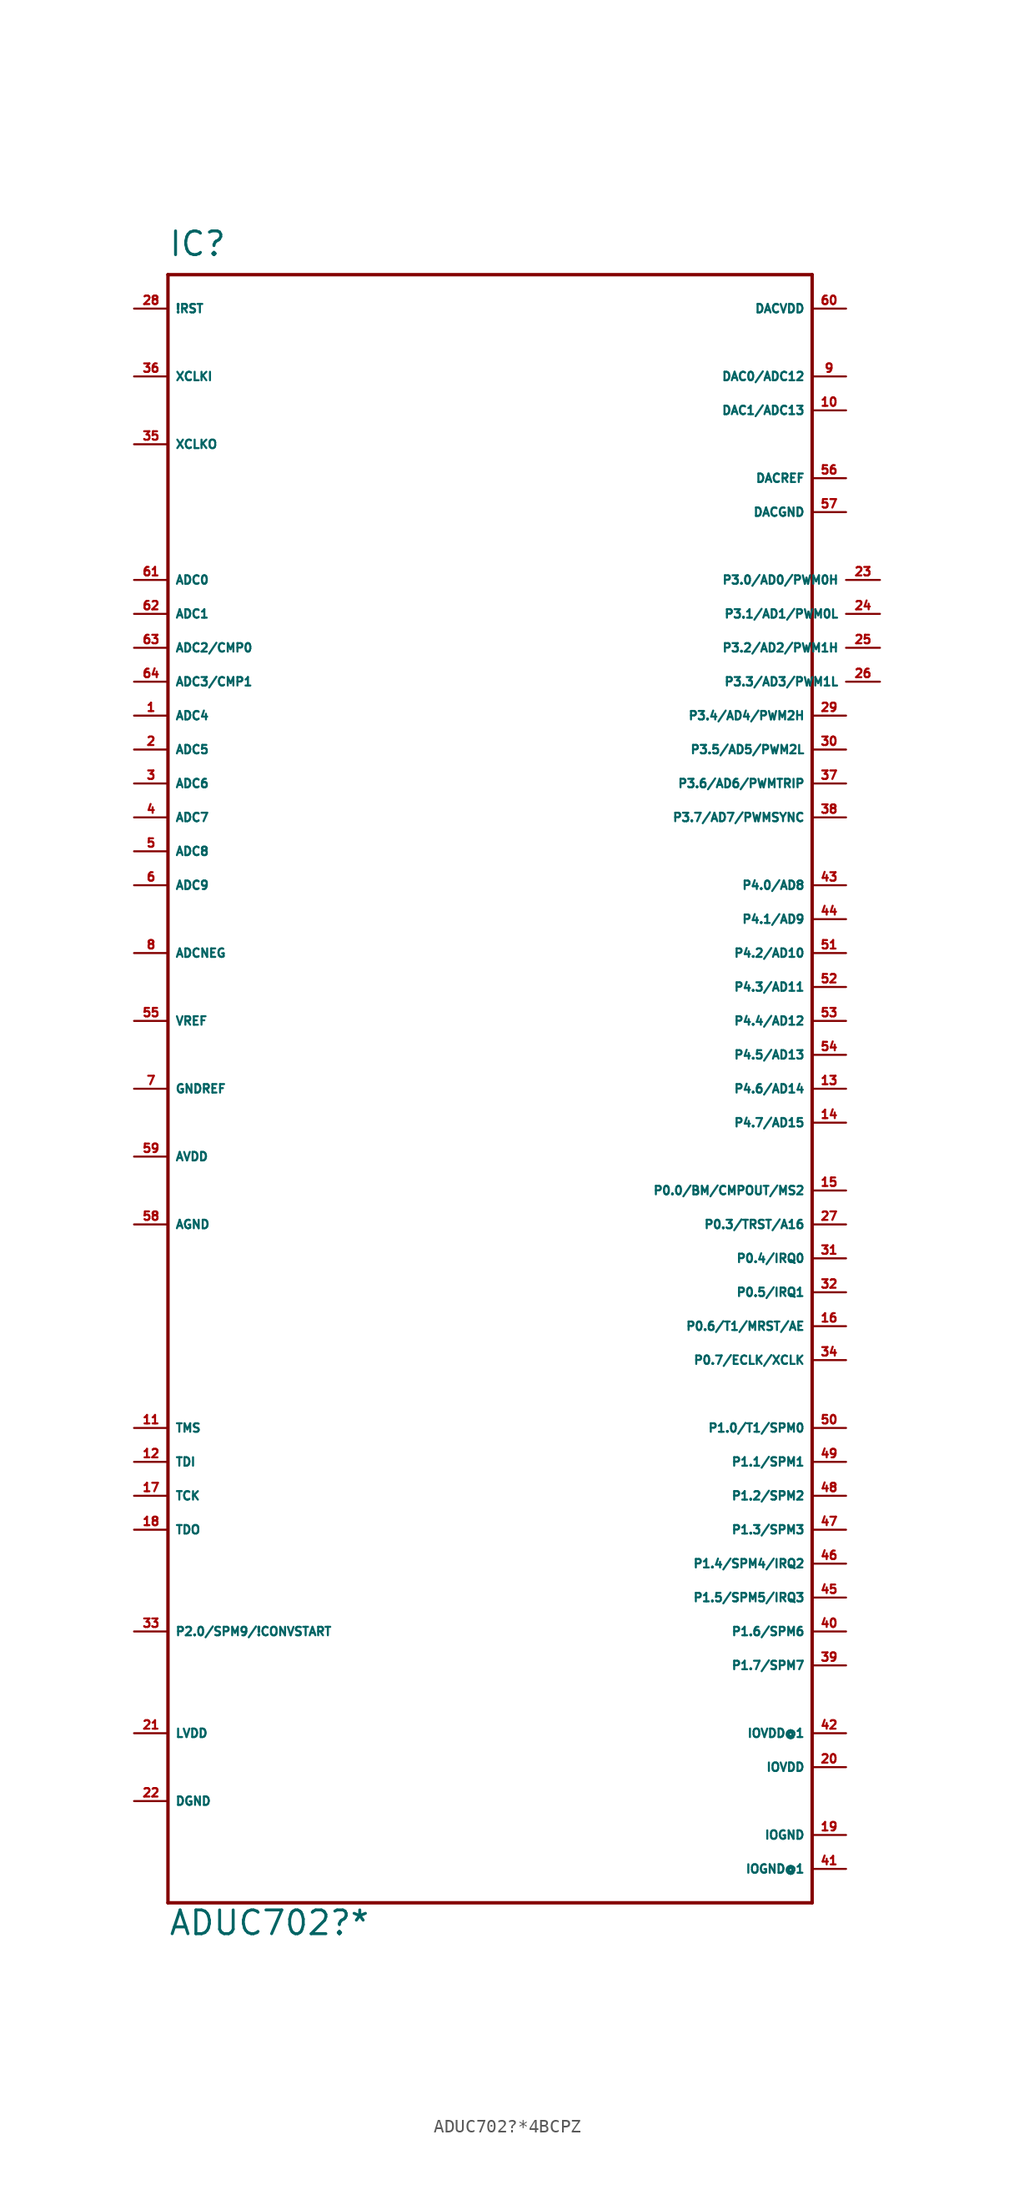
<source format=kicad_sym>
(kicad_symbol_lib
  (version 20220914)
  (generator Eagle2Kicad)
  (symbol "ADUC702?*4BCPZ"
    (property "Reference" "IC"
      (at -22.86 59.69 0)
      (effects (font (size 1.778 1.778) (thickness 0.22)) (justify left bottom)))
    (property "Value" "ADUC702?*"
      (at -22.86 -66.04 0)
      (effects (font (size 1.778 1.778) (thickness 0.22)) (justify left bottom)))
    (polyline
      (pts (xy -22.86 58.42) (xy 25.4 58.42))
      (stroke (width 0.254) (type default))
      (fill (type none)))
    (polyline
      (pts (xy 25.4 58.42) (xy 25.4 -63.5))
      (stroke (width 0.254) (type default))
      (fill (type none)))
    (polyline
      (pts (xy 25.4 -63.5) (xy -22.86 -63.5))
      (stroke (width 0.254) (type default))
      (fill (type none)))
    (polyline
      (pts (xy -22.86 -63.5) (xy -22.86 58.42))
      (stroke (width 0.254) (type default))
      (fill (type none)))
    (pin input line
      (at -25.4 35.56 0)
      (length 2.54)
      (name "ADC0" (effects (font (size 0.635 0.635) (thickness 0.08)) (justify left bottom)))
      (number "61" (effects (font (size 0.635 0.635) (thickness 0.08)) (justify left bottom))))
    (pin input line
      (at -25.4 33.02 0)
      (length 2.54)
      (name "ADC1" (effects (font (size 0.635 0.635) (thickness 0.08)) (justify left bottom)))
      (number "62" (effects (font (size 0.635 0.635) (thickness 0.08)) (justify left bottom))))
    (pin input line
      (at -25.4 30.48 0)
      (length 2.54)
      (name "ADC2/CMP0" (effects (font (size 0.635 0.635) (thickness 0.08)) (justify left bottom)))
      (number "63" (effects (font (size 0.635 0.635) (thickness 0.08)) (justify left bottom))))
    (pin input line
      (at -25.4 27.94 0)
      (length 2.54)
      (name "ADC3/CMP1" (effects (font (size 0.635 0.635) (thickness 0.08)) (justify left bottom)))
      (number "64" (effects (font (size 0.635 0.635) (thickness 0.08)) (justify left bottom))))
    (pin input line
      (at -25.4 25.4 0)
      (length 2.54)
      (name "ADC4" (effects (font (size 0.635 0.635) (thickness 0.08)) (justify left bottom)))
      (number "1" (effects (font (size 0.635 0.635) (thickness 0.08)) (justify left bottom))))
    (pin input line
      (at -25.4 22.86 0)
      (length 2.54)
      (name "ADC5" (effects (font (size 0.635 0.635) (thickness 0.08)) (justify left bottom)))
      (number "2" (effects (font (size 0.635 0.635) (thickness 0.08)) (justify left bottom))))
    (pin input line
      (at -25.4 20.32 0)
      (length 2.54)
      (name "ADC6" (effects (font (size 0.635 0.635) (thickness 0.08)) (justify left bottom)))
      (number "3" (effects (font (size 0.635 0.635) (thickness 0.08)) (justify left bottom))))
    (pin input line
      (at -25.4 17.78 0)
      (length 2.54)
      (name "ADC7" (effects (font (size 0.635 0.635) (thickness 0.08)) (justify left bottom)))
      (number "4" (effects (font (size 0.635 0.635) (thickness 0.08)) (justify left bottom))))
    (pin input line
      (at -25.4 15.24 0)
      (length 2.54)
      (name "ADC8" (effects (font (size 0.635 0.635) (thickness 0.08)) (justify left bottom)))
      (number "5" (effects (font (size 0.635 0.635) (thickness 0.08)) (justify left bottom))))
    (pin input line
      (at -25.4 12.7 0)
      (length 2.54)
      (name "ADC9" (effects (font (size 0.635 0.635) (thickness 0.08)) (justify left bottom)))
      (number "6" (effects (font (size 0.635 0.635) (thickness 0.08)) (justify left bottom))))
    (pin passive line
      (at -25.4 2.54 0)
      (length 2.54)
      (name "VREF" (effects (font (size 0.635 0.635) (thickness 0.08)) (justify left bottom)))
      (number "55" (effects (font (size 0.635 0.635) (thickness 0.08)) (justify left bottom))))
    (pin input line
      (at -25.4 55.88 0)
      (length 2.54)
      (name "!RST" (effects (font (size 0.635 0.635) (thickness 0.08)) (justify left bottom)))
      (number "28" (effects (font (size 0.635 0.635) (thickness 0.08)) (justify left bottom))))
    (pin input line
      (at -25.4 50.8 0)
      (length 2.54)
      (name "XCLKI" (effects (font (size 0.635 0.635) (thickness 0.08)) (justify left bottom)))
      (number "36" (effects (font (size 0.635 0.635) (thickness 0.08)) (justify left bottom))))
    (pin output line
      (at -25.4 45.72 0)
      (length 2.54)
      (name "XCLKO" (effects (font (size 0.635 0.635) (thickness 0.08)) (justify left bottom)))
      (number "35" (effects (font (size 0.635 0.635) (thickness 0.08)) (justify left bottom))))
    (pin input line
      (at 27.94 50.8 180)
      (length 2.54)
      (name "DAC0/ADC12" (effects (font (size 0.635 0.635) (thickness 0.08)) (justify left bottom)))
      (number "9" (effects (font (size 0.635 0.635) (thickness 0.08)) (justify left bottom))))
    (pin input line
      (at 27.94 48.26 180)
      (length 2.54)
      (name "DAC1/ADC13" (effects (font (size 0.635 0.635) (thickness 0.08)) (justify left bottom)))
      (number "10" (effects (font (size 0.635 0.635) (thickness 0.08)) (justify left bottom))))
    (pin output line
      (at 30.48 35.56 180)
      (length 2.54)
      (name "P3.0/AD0/PWM0H" (effects (font (size 0.635 0.635) (thickness 0.08)) (justify left bottom)))
      (number "23" (effects (font (size 0.635 0.635) (thickness 0.08)) (justify left bottom))))
    (pin output line
      (at 30.48 33.02 180)
      (length 2.54)
      (name "P3.1/AD1/PWM0L" (effects (font (size 0.635 0.635) (thickness 0.08)) (justify left bottom)))
      (number "24" (effects (font (size 0.635 0.635) (thickness 0.08)) (justify left bottom))))
    (pin output line
      (at 30.48 30.48 180)
      (length 2.54)
      (name "P3.2/AD2/PWM1H" (effects (font (size 0.635 0.635) (thickness 0.08)) (justify left bottom)))
      (number "25" (effects (font (size 0.635 0.635) (thickness 0.08)) (justify left bottom))))
    (pin output line
      (at 30.48 27.94 180)
      (length 2.54)
      (name "P3.3/AD3/PWM1L" (effects (font (size 0.635 0.635) (thickness 0.08)) (justify left bottom)))
      (number "26" (effects (font (size 0.635 0.635) (thickness 0.08)) (justify left bottom))))
    (pin output line
      (at 27.94 25.4 180)
      (length 2.54)
      (name "P3.4/AD4/PWM2H" (effects (font (size 0.635 0.635) (thickness 0.08)) (justify left bottom)))
      (number "29" (effects (font (size 0.635 0.635) (thickness 0.08)) (justify left bottom))))
    (pin output line
      (at 27.94 22.86 180)
      (length 2.54)
      (name "P3.5/AD5/PWM2L" (effects (font (size 0.635 0.635) (thickness 0.08)) (justify left bottom)))
      (number "30" (effects (font (size 0.635 0.635) (thickness 0.08)) (justify left bottom))))
    (pin input line
      (at -25.4 -2.54 0)
      (length 2.54)
      (name "GNDREF" (effects (font (size 0.635 0.635) (thickness 0.08)) (justify left bottom)))
      (number "7" (effects (font (size 0.635 0.635) (thickness 0.08)) (justify left bottom))))
    (pin unspecified line
      (at -25.4 -12.7 0)
      (length 2.54)
      (name "AGND" (effects (font (size 0.635 0.635) (thickness 0.08)) (justify left bottom)))
      (number "58" (effects (font (size 0.635 0.635) (thickness 0.08)) (justify left bottom))))
    (pin unspecified line
      (at -25.4 -7.62 0)
      (length 2.54)
      (name "AVDD" (effects (font (size 0.635 0.635) (thickness 0.08)) (justify left bottom)))
      (number "59" (effects (font (size 0.635 0.635) (thickness 0.08)) (justify left bottom))))
    (pin unspecified line
      (at 27.94 -58.42 180)
      (length 2.54)
      (name "IOGND" (effects (font (size 0.635 0.635) (thickness 0.08)) (justify left bottom)))
      (number "19" (effects (font (size 0.635 0.635) (thickness 0.08)) (justify left bottom))))
    (pin unspecified line
      (at 27.94 -53.34 180)
      (length 2.54)
      (name "IOVDD" (effects (font (size 0.635 0.635) (thickness 0.08)) (justify left bottom)))
      (number "20" (effects (font (size 0.635 0.635) (thickness 0.08)) (justify left bottom))))
    (pin unspecified line
      (at 27.94 -50.8 180)
      (length 2.54)
      (name "IOVDD@1" (effects (font (size 0.635 0.635) (thickness 0.08)) (justify left bottom)))
      (number "42" (effects (font (size 0.635 0.635) (thickness 0.08)) (justify left bottom))))
    (pin unspecified line
      (at 27.94 -60.96 180)
      (length 2.54)
      (name "IOGND@1" (effects (font (size 0.635 0.635) (thickness 0.08)) (justify left bottom)))
      (number "41" (effects (font (size 0.635 0.635) (thickness 0.08)) (justify left bottom))))
    (pin unspecified line
      (at -25.4 -55.88 0)
      (length 2.54)
      (name "DGND" (effects (font (size 0.635 0.635) (thickness 0.08)) (justify left bottom)))
      (number "22" (effects (font (size 0.635 0.635) (thickness 0.08)) (justify left bottom))))
    (pin output line
      (at -25.4 -50.8 0)
      (length 2.54)
      (name "LVDD" (effects (font (size 0.635 0.635) (thickness 0.08)) (justify left bottom)))
      (number "21" (effects (font (size 0.635 0.635) (thickness 0.08)) (justify left bottom))))
    (pin unspecified line
      (at 27.94 55.88 180)
      (length 2.54)
      (name "DACVDD" (effects (font (size 0.635 0.635) (thickness 0.08)) (justify left bottom)))
      (number "60" (effects (font (size 0.635 0.635) (thickness 0.08)) (justify left bottom))))
    (pin unspecified line
      (at 27.94 40.64 180)
      (length 2.54)
      (name "DACGND" (effects (font (size 0.635 0.635) (thickness 0.08)) (justify left bottom)))
      (number "57" (effects (font (size 0.635 0.635) (thickness 0.08)) (justify left bottom))))
    (pin output line
      (at 27.94 20.32 180)
      (length 2.54)
      (name "P3.6/AD6/PWMTRIP" (effects (font (size 0.635 0.635) (thickness 0.08)) (justify left bottom)))
      (number "37" (effects (font (size 0.635 0.635) (thickness 0.08)) (justify left bottom))))
    (pin output line
      (at 27.94 17.78 180)
      (length 2.54)
      (name "P3.7/AD7/PWMSYNC" (effects (font (size 0.635 0.635) (thickness 0.08)) (justify left bottom)))
      (number "38" (effects (font (size 0.635 0.635) (thickness 0.08)) (justify left bottom))))
    (pin bidirectional line
      (at 27.94 -22.86 180)
      (length 2.54)
      (name "P0.7/ECLK/XCLK" (effects (font (size 0.635 0.635) (thickness 0.08)) (justify left bottom)))
      (number "34" (effects (font (size 0.635 0.635) (thickness 0.08)) (justify left bottom))))
    (pin bidirectional line
      (at 27.94 -15.24 180)
      (length 2.54)
      (name "P0.4/IRQ0" (effects (font (size 0.635 0.635) (thickness 0.08)) (justify left bottom)))
      (number "31" (effects (font (size 0.635 0.635) (thickness 0.08)) (justify left bottom))))
    (pin bidirectional line
      (at 27.94 -17.78 180)
      (length 2.54)
      (name "P0.5/IRQ1" (effects (font (size 0.635 0.635) (thickness 0.08)) (justify left bottom)))
      (number "32" (effects (font (size 0.635 0.635) (thickness 0.08)) (justify left bottom))))
    (pin bidirectional line
      (at 27.94 -12.7 180)
      (length 2.54)
      (name "P0.3/TRST/A16" (effects (font (size 0.635 0.635) (thickness 0.08)) (justify left bottom)))
      (number "27" (effects (font (size 0.635 0.635) (thickness 0.08)) (justify left bottom))))
    (pin bidirectional line
      (at 27.94 -20.32 180)
      (length 2.54)
      (name "P0.6/T1/MRST/AE" (effects (font (size 0.635 0.635) (thickness 0.08)) (justify left bottom)))
      (number "16" (effects (font (size 0.635 0.635) (thickness 0.08)) (justify left bottom))))
    (pin bidirectional line
      (at 27.94 -10.16 180)
      (length 2.54)
      (name "P0.0/BM/CMPOUT/MS2" (effects (font (size 0.635 0.635) (thickness 0.08)) (justify left bottom)))
      (number "15" (effects (font (size 0.635 0.635) (thickness 0.08)) (justify left bottom))))
    (pin bidirectional line
      (at -25.4 -43.18 0)
      (length 2.54)
      (name "P2.0/SPM9/!CONVSTART" (effects (font (size 0.635 0.635) (thickness 0.08)) (justify left bottom)))
      (number "33" (effects (font (size 0.635 0.635) (thickness 0.08)) (justify left bottom))))
    (pin bidirectional line
      (at 27.94 12.7 180)
      (length 2.54)
      (name "P4.0/AD8" (effects (font (size 0.635 0.635) (thickness 0.08)) (justify left bottom)))
      (number "43" (effects (font (size 0.635 0.635) (thickness 0.08)) (justify left bottom))))
    (pin bidirectional line
      (at 27.94 10.16 180)
      (length 2.54)
      (name "P4.1/AD9" (effects (font (size 0.635 0.635) (thickness 0.08)) (justify left bottom)))
      (number "44" (effects (font (size 0.635 0.635) (thickness 0.08)) (justify left bottom))))
    (pin bidirectional line
      (at 27.94 7.62 180)
      (length 2.54)
      (name "P4.2/AD10" (effects (font (size 0.635 0.635) (thickness 0.08)) (justify left bottom)))
      (number "51" (effects (font (size 0.635 0.635) (thickness 0.08)) (justify left bottom))))
    (pin bidirectional line
      (at 27.94 5.08 180)
      (length 2.54)
      (name "P4.3/AD11" (effects (font (size 0.635 0.635) (thickness 0.08)) (justify left bottom)))
      (number "52" (effects (font (size 0.635 0.635) (thickness 0.08)) (justify left bottom))))
    (pin bidirectional line
      (at 27.94 2.54 180)
      (length 2.54)
      (name "P4.4/AD12" (effects (font (size 0.635 0.635) (thickness 0.08)) (justify left bottom)))
      (number "53" (effects (font (size 0.635 0.635) (thickness 0.08)) (justify left bottom))))
    (pin bidirectional line
      (at 27.94 0 180)
      (length 2.54)
      (name "P4.5/AD13" (effects (font (size 0.635 0.635) (thickness 0.08)) (justify left bottom)))
      (number "54" (effects (font (size 0.635 0.635) (thickness 0.08)) (justify left bottom))))
    (pin bidirectional line
      (at 27.94 -2.54 180)
      (length 2.54)
      (name "P4.6/AD14" (effects (font (size 0.635 0.635) (thickness 0.08)) (justify left bottom)))
      (number "13" (effects (font (size 0.635 0.635) (thickness 0.08)) (justify left bottom))))
    (pin bidirectional line
      (at 27.94 -5.08 180)
      (length 2.54)
      (name "P4.7/AD15" (effects (font (size 0.635 0.635) (thickness 0.08)) (justify left bottom)))
      (number "14" (effects (font (size 0.635 0.635) (thickness 0.08)) (justify left bottom))))
    (pin bidirectional line
      (at 27.94 -27.94 180)
      (length 2.54)
      (name "P1.0/T1/SPM0" (effects (font (size 0.635 0.635) (thickness 0.08)) (justify left bottom)))
      (number "50" (effects (font (size 0.635 0.635) (thickness 0.08)) (justify left bottom))))
    (pin bidirectional line
      (at 27.94 -30.48 180)
      (length 2.54)
      (name "P1.1/SPM1" (effects (font (size 0.635 0.635) (thickness 0.08)) (justify left bottom)))
      (number "49" (effects (font (size 0.635 0.635) (thickness 0.08)) (justify left bottom))))
    (pin bidirectional line
      (at 27.94 -33.02 180)
      (length 2.54)
      (name "P1.2/SPM2" (effects (font (size 0.635 0.635) (thickness 0.08)) (justify left bottom)))
      (number "48" (effects (font (size 0.635 0.635) (thickness 0.08)) (justify left bottom))))
    (pin bidirectional line
      (at 27.94 -35.56 180)
      (length 2.54)
      (name "P1.3/SPM3" (effects (font (size 0.635 0.635) (thickness 0.08)) (justify left bottom)))
      (number "47" (effects (font (size 0.635 0.635) (thickness 0.08)) (justify left bottom))))
    (pin bidirectional line
      (at 27.94 -38.1 180)
      (length 2.54)
      (name "P1.4/SPM4/IRQ2" (effects (font (size 0.635 0.635) (thickness 0.08)) (justify left bottom)))
      (number "46" (effects (font (size 0.635 0.635) (thickness 0.08)) (justify left bottom))))
    (pin bidirectional line
      (at 27.94 -40.64 180)
      (length 2.54)
      (name "P1.5/SPM5/IRQ3" (effects (font (size 0.635 0.635) (thickness 0.08)) (justify left bottom)))
      (number "45" (effects (font (size 0.635 0.635) (thickness 0.08)) (justify left bottom))))
    (pin bidirectional line
      (at 27.94 -43.18 180)
      (length 2.54)
      (name "P1.6/SPM6" (effects (font (size 0.635 0.635) (thickness 0.08)) (justify left bottom)))
      (number "40" (effects (font (size 0.635 0.635) (thickness 0.08)) (justify left bottom))))
    (pin bidirectional line
      (at 27.94 -45.72 180)
      (length 2.54)
      (name "P1.7/SPM7" (effects (font (size 0.635 0.635) (thickness 0.08)) (justify left bottom)))
      (number "39" (effects (font (size 0.635 0.635) (thickness 0.08)) (justify left bottom))))
    (pin input line
      (at -25.4 7.62 0)
      (length 2.54)
      (name "ADCNEG" (effects (font (size 0.635 0.635) (thickness 0.08)) (justify left bottom)))
      (number "8" (effects (font (size 0.635 0.635) (thickness 0.08)) (justify left bottom))))
    (pin input line
      (at -25.4 -27.94 0)
      (length 2.54)
      (name "TMS" (effects (font (size 0.635 0.635) (thickness 0.08)) (justify left bottom)))
      (number "11" (effects (font (size 0.635 0.635) (thickness 0.08)) (justify left bottom))))
    (pin input line
      (at -25.4 -30.48 0)
      (length 2.54)
      (name "TDI" (effects (font (size 0.635 0.635) (thickness 0.08)) (justify left bottom)))
      (number "12" (effects (font (size 0.635 0.635) (thickness 0.08)) (justify left bottom))))
    (pin input line
      (at -25.4 -33.02 0)
      (length 2.54)
      (name "TCK" (effects (font (size 0.635 0.635) (thickness 0.08)) (justify left bottom)))
      (number "17" (effects (font (size 0.635 0.635) (thickness 0.08)) (justify left bottom))))
    (pin output line
      (at -25.4 -35.56 0)
      (length 2.54)
      (name "TDO" (effects (font (size 0.635 0.635) (thickness 0.08)) (justify left bottom)))
      (number "18" (effects (font (size 0.635 0.635) (thickness 0.08)) (justify left bottom))))
    (pin input line
      (at 27.94 43.18 180)
      (length 2.54)
      (name "DACREF" (effects (font (size 0.635 0.635) (thickness 0.08)) (justify left bottom)))
      (number "56" (effects (font (size 0.635 0.635) (thickness 0.08)) (justify left bottom))))))
</source>
